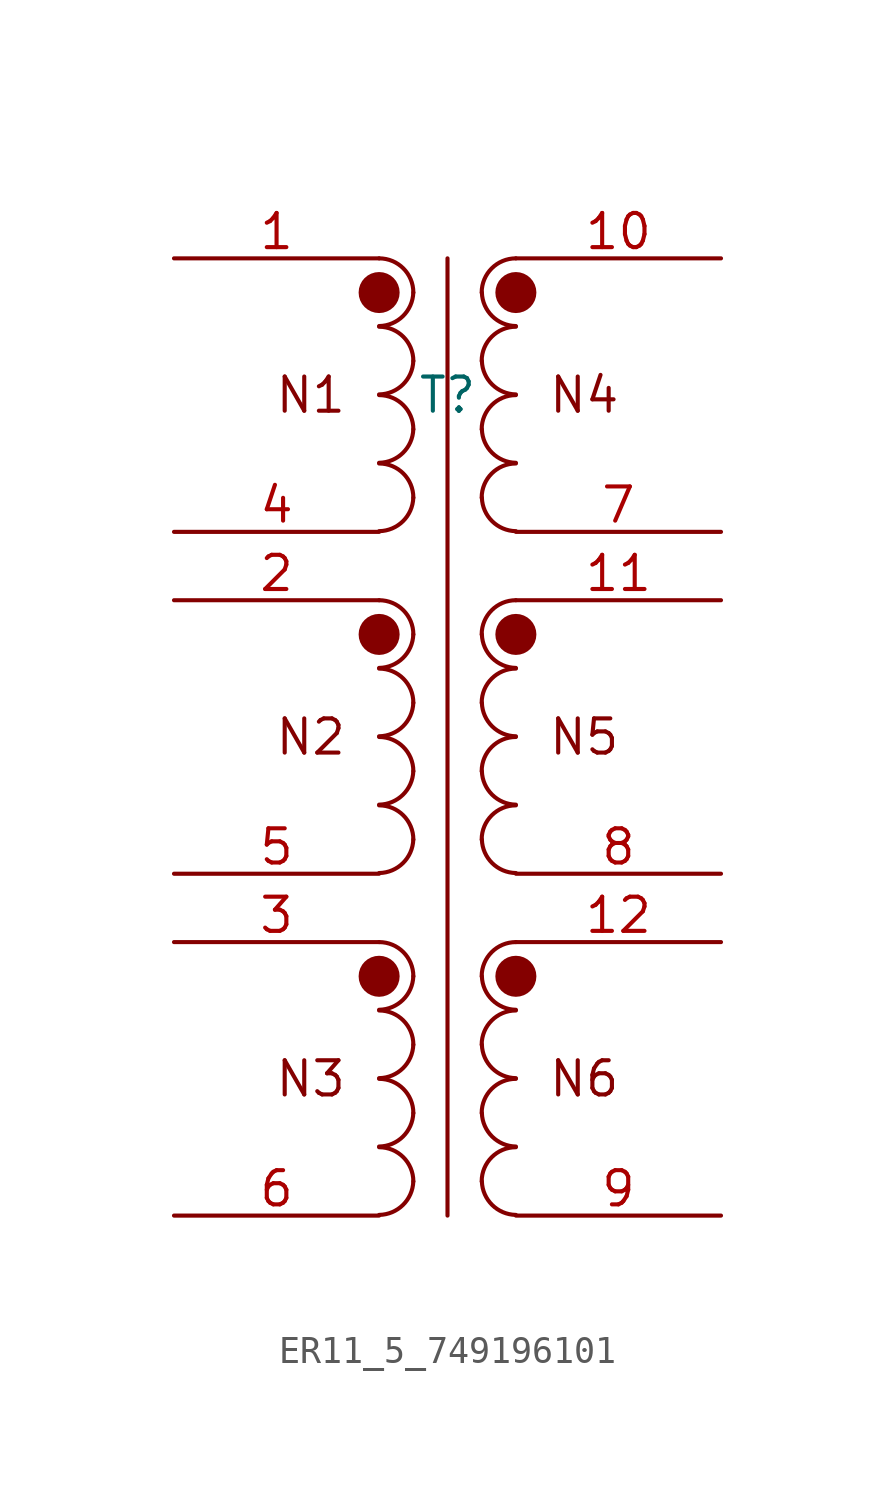
<source format=kicad_sym>
(kicad_symbol_lib
  (version 20220914)
  (generator kicad_symbol_editor)
  (symbol "ER11_5_749196101"
    (pin_names hide)
    (property "Reference" "T"
      (at 0 12.7 0)
      (effects (font (size 1.27 1.27))))
    (property "Critical Parameter" ""
      (at 0 -5.08 0)
      (effects (font (size 1.27 1.27)) (justify left)))
    (symbol "ER11_5_749196101_0_1"
      (arc (start -2.54 -17.7546) (mid -1.6561 -17.3863) (end -1.27 -16.51) (stroke (width 0) (type default)) (fill (type none)))
      (arc (start -2.54 -15.2146) (mid -1.6561 -14.8463) (end -1.27 -13.97) (stroke (width 0) (type default)) (fill (type none)))
      (arc (start -2.54 -12.6746) (mid -1.6561 -12.3063) (end -1.27 -11.43) (stroke (width 0) (type default)) (fill (type none)))
      (arc (start -2.54 -10.1346) (mid -1.6561 -9.7663) (end -1.27 -8.89) (stroke (width 0) (type default)) (fill (type none)))
      (arc (start -2.54 -5.0546) (mid -1.6561 -4.6863) (end -1.27 -3.81) (stroke (width 0) (type default)) (fill (type none)))
      (arc (start -2.54 -2.5146) (mid -1.6561 -2.1463) (end -1.27 -1.27) (stroke (width 0) (type default)) (fill (type none)))
      (arc (start -2.54 0.0254) (mid -1.6561 0.3937) (end -1.27 1.27) (stroke (width 0) (type default)) (fill (type none)))
      (arc (start -2.54 2.5654) (mid -1.6561 2.9337) (end -1.27 3.81) (stroke (width 0) (type default)) (fill (type none)))
      (arc (start -2.54 7.6454) (mid -1.6561 8.0137) (end -1.27 8.89) (stroke (width 0) (type default)) (fill (type none)))
      (arc (start -2.54 10.1854) (mid -1.6561 10.5537) (end -1.27 11.43) (stroke (width 0) (type default)) (fill (type none)))
      (arc (start -2.54 12.7254) (mid -1.6561 13.0937) (end -1.27 13.97) (stroke (width 0) (type default)) (fill (type none)))
      (arc (start -2.54 15.2654) (mid -1.6561 15.6337) (end -1.27 16.51) (stroke (width 0) (type default)) (fill (type none)))
      (arc (start -1.27 -16.51) (mid -1.642 -15.612) (end -2.54 -15.24) (stroke (width 0) (type default)) (fill (type none)))
      (arc (start -1.27 -13.97) (mid -1.642 -13.072) (end -2.54 -12.7) (stroke (width 0) (type default)) (fill (type none)))
      (arc (start -1.27 -11.43) (mid -1.642 -10.532) (end -2.54 -10.16) (stroke (width 0) (type default)) (fill (type none)))
      (arc (start -1.27 -8.89) (mid -1.642 -7.992) (end -2.54 -7.62) (stroke (width 0) (type default)) (fill (type none)))
      (arc (start -1.27 -3.81) (mid -1.642 -2.912) (end -2.54 -2.54) (stroke (width 0) (type default)) (fill (type none)))
      (arc (start -1.27 -1.27) (mid -1.642 -0.372) (end -2.54 0) (stroke (width 0) (type default)) (fill (type none)))
      (arc (start -1.27 1.27) (mid -1.642 2.168) (end -2.54 2.54) (stroke (width 0) (type default)) (fill (type none)))
      (arc (start -1.27 3.81) (mid -1.642 4.708) (end -2.54 5.08) (stroke (width 0) (type default)) (fill (type none)))
      (arc (start -1.27 8.89) (mid -1.642 9.788) (end -2.54 10.16) (stroke (width 0) (type default)) (fill (type none)))
      (arc (start -1.27 11.43) (mid -1.642 12.328) (end -2.54 12.7) (stroke (width 0) (type default)) (fill (type none)))
      (arc (start -1.27 13.97) (mid -1.642 14.868) (end -2.54 15.24) (stroke (width 0) (type default)) (fill (type none)))
      (arc (start -1.27 16.51) (mid -1.642 17.408) (end -2.54 17.78) (stroke (width 0) (type default)) (fill (type none)))
      (polyline (pts (xy 0 -17.78) (xy 0 17.78)) (stroke (width 0) (type default)) (fill (type none)))
      (arc (start 1.27 -16.51) (mid 1.6561 -17.3863) (end 2.54 -17.7546) (stroke (width 0) (type default)) (fill (type none)))
      (arc (start 1.27 -13.97) (mid 1.6561 -14.8463) (end 2.54 -15.2146) (stroke (width 0) (type default)) (fill (type none)))
      (arc (start 1.27 -11.43) (mid 1.6561 -12.3063) (end 2.54 -12.6746) (stroke (width 0) (type default)) (fill (type none)))
      (arc (start 1.27 -8.89) (mid 1.6561 -9.7663) (end 2.54 -10.1346) (stroke (width 0) (type default)) (fill (type none)))
      (arc (start 1.27 -3.81) (mid 1.6561 -4.6863) (end 2.54 -5.0546) (stroke (width 0) (type default)) (fill (type none)))
      (arc (start 1.27 -1.27) (mid 1.6561 -2.1463) (end 2.54 -2.5146) (stroke (width 0) (type default)) (fill (type none)))
      (arc (start 1.27 1.27) (mid 1.6561 0.3937) (end 2.54 0.0254) (stroke (width 0) (type default)) (fill (type none)))
      (arc (start 1.27 3.81) (mid 1.6561 2.9337) (end 2.54 2.5654) (stroke (width 0) (type default)) (fill (type none)))
      (arc (start 1.27 8.89) (mid 1.6561 8.0137) (end 2.54 7.6454) (stroke (width 0) (type default)) (fill (type none)))
      (arc (start 1.27 11.43) (mid 1.6561 10.5537) (end 2.54 10.1854) (stroke (width 0) (type default)) (fill (type none)))
      (arc (start 1.27 13.97) (mid 1.6561 13.0937) (end 2.54 12.7254) (stroke (width 0) (type default)) (fill (type none)))
      (arc (start 1.27 16.51) (mid 1.6561 15.6337) (end 2.54 15.2654) (stroke (width 0) (type default)) (fill (type none)))
      (arc (start 2.54 -15.24) (mid 1.642 -15.612) (end 1.27 -16.51) (stroke (width 0) (type default)) (fill (type none)))
      (arc (start 2.54 -12.7) (mid 1.642 -13.072) (end 1.27 -13.97) (stroke (width 0) (type default)) (fill (type none)))
      (arc (start 2.54 -10.16) (mid 1.642 -10.532) (end 1.27 -11.43) (stroke (width 0) (type default)) (fill (type none)))
      (arc (start 2.54 -7.62) (mid 1.642 -7.992) (end 1.27 -8.89) (stroke (width 0) (type default)) (fill (type none)))
      (arc (start 2.54 -2.54) (mid 1.642 -2.912) (end 1.27 -3.81) (stroke (width 0) (type default)) (fill (type none)))
      (arc (start 2.54 0) (mid 1.642 -0.372) (end 1.27 -1.27) (stroke (width 0) (type default)) (fill (type none)))
      (arc (start 2.54 2.54) (mid 1.642 2.168) (end 1.27 1.27) (stroke (width 0) (type default)) (fill (type none)))
      (arc (start 2.54 5.08) (mid 1.642 4.708) (end 1.27 3.81) (stroke (width 0) (type default)) (fill (type none)))
      (arc (start 2.54 10.16) (mid 1.642 9.788) (end 1.27 8.89) (stroke (width 0) (type default)) (fill (type none)))
      (arc (start 2.54 12.7) (mid 1.642 12.328) (end 1.27 11.43) (stroke (width 0) (type default)) (fill (type none)))
      (arc (start 2.54 15.24) (mid 1.642 14.868) (end 1.27 13.97) (stroke (width 0) (type default)) (fill (type none)))
      (arc (start 2.54 17.78) (mid 1.642 17.408) (end 1.27 16.51) (stroke (width 0) (type default)) (fill (type none))))
    (symbol "ER11_5_749196101_1_1"
      (circle (center -2.54 -8.89) (radius 0.0001) (stroke (width 0.762) (type default)) (fill (type none)))
      (circle (center -2.54 3.81) (radius 0.0001) (stroke (width 0.762) (type default)) (fill (type none)))
      (circle (center -2.54 16.51) (radius 0.0001) (stroke (width 0.762) (type default)) (fill (type none)))
      (circle (center 2.54 -8.89) (radius 0.0001) (stroke (width 0.762) (type default)) (fill (type none)))
      (circle (center 2.54 3.81) (radius 0.0001) (stroke (width 0.762) (type default)) (fill (type none)))
      (circle (center 2.54 16.51) (radius 0.0001) (stroke (width 0.762) (type default)) (fill (type none)))
      (text "N1" (at -5.08 12.7 0) (effects (font (size 1.27 1.27))))
      (text "N2" (at -5.08 0 0) (effects (font (size 1.27 1.27))))
      (text "N3" (at -5.08 -12.7 0) (effects (font (size 1.27 1.27))))
      (text "N4" (at 5.08 12.7 0) (effects (font (size 1.27 1.27))))
      (text "N5" (at 5.08 0 0) (effects (font (size 1.27 1.27))))
      (text "N6" (at 5.08 -12.7 0) (effects (font (size 1.27 1.27))))
      (pin passive line (at -10.16 17.78 0) (length 7.62) (name "1" (effects (font (size 1.27 1.27)))) (number "1" (effects (font (size 1.27 1.27)))))
      (pin passive line (at -10.16 7.62 0) (length 7.62) (name "4" (effects (font (size 1.27 1.27)))) (number "4" (effects (font (size 1.27 1.27)))))
      (pin passive line (at -10.16 5.08 0) (length 7.62) (name "2" (effects (font (size 1.27 1.27)))) (number "2" (effects (font (size 1.27 1.27)))))
      (pin passive line (at -10.16 -5.08 0) (length 7.62) (name "5" (effects (font (size 1.27 1.27)))) (number "5" (effects (font (size 1.27 1.27)))))
      (pin passive line (at -10.16 -7.62 0) (length 7.62) (name "3" (effects (font (size 1.27 1.27)))) (number "3" (effects (font (size 1.27 1.27)))))
      (pin passive line (at -10.16 -17.78 0) (length 7.62) (name "6" (effects (font (size 1.27 1.27)))) (number "6" (effects (font (size 1.27 1.27)))))
      (pin passive line (at 10.16 -17.78 180) (length 7.62) (name "9" (effects (font (size 1.27 1.27)))) (number "9" (effects (font (size 1.27 1.27)))))
      (pin passive line (at 10.16 -7.62 180) (length 7.62) (name "12" (effects (font (size 1.27 1.27)))) (number "12" (effects (font (size 1.27 1.27)))))
      (pin passive line (at 10.16 -5.08 180) (length 7.62) (name "8" (effects (font (size 1.27 1.27)))) (number "8" (effects (font (size 1.27 1.27)))))
      (pin passive line (at 10.16 5.08 180) (length 7.62) (name "11" (effects (font (size 1.27 1.27)))) (number "11" (effects (font (size 1.27 1.27)))))
      (pin passive line (at 10.16 7.62 180) (length 7.62) (name "7" (effects (font (size 1.27 1.27)))) (number "7" (effects (font (size 1.27 1.27)))))
      (pin passive line (at 10.16 17.78 180) (length 7.62) (name "10" (effects (font (size 1.27 1.27)))) (number "10" (effects (font (size 1.27 1.27))))))))
</source>
